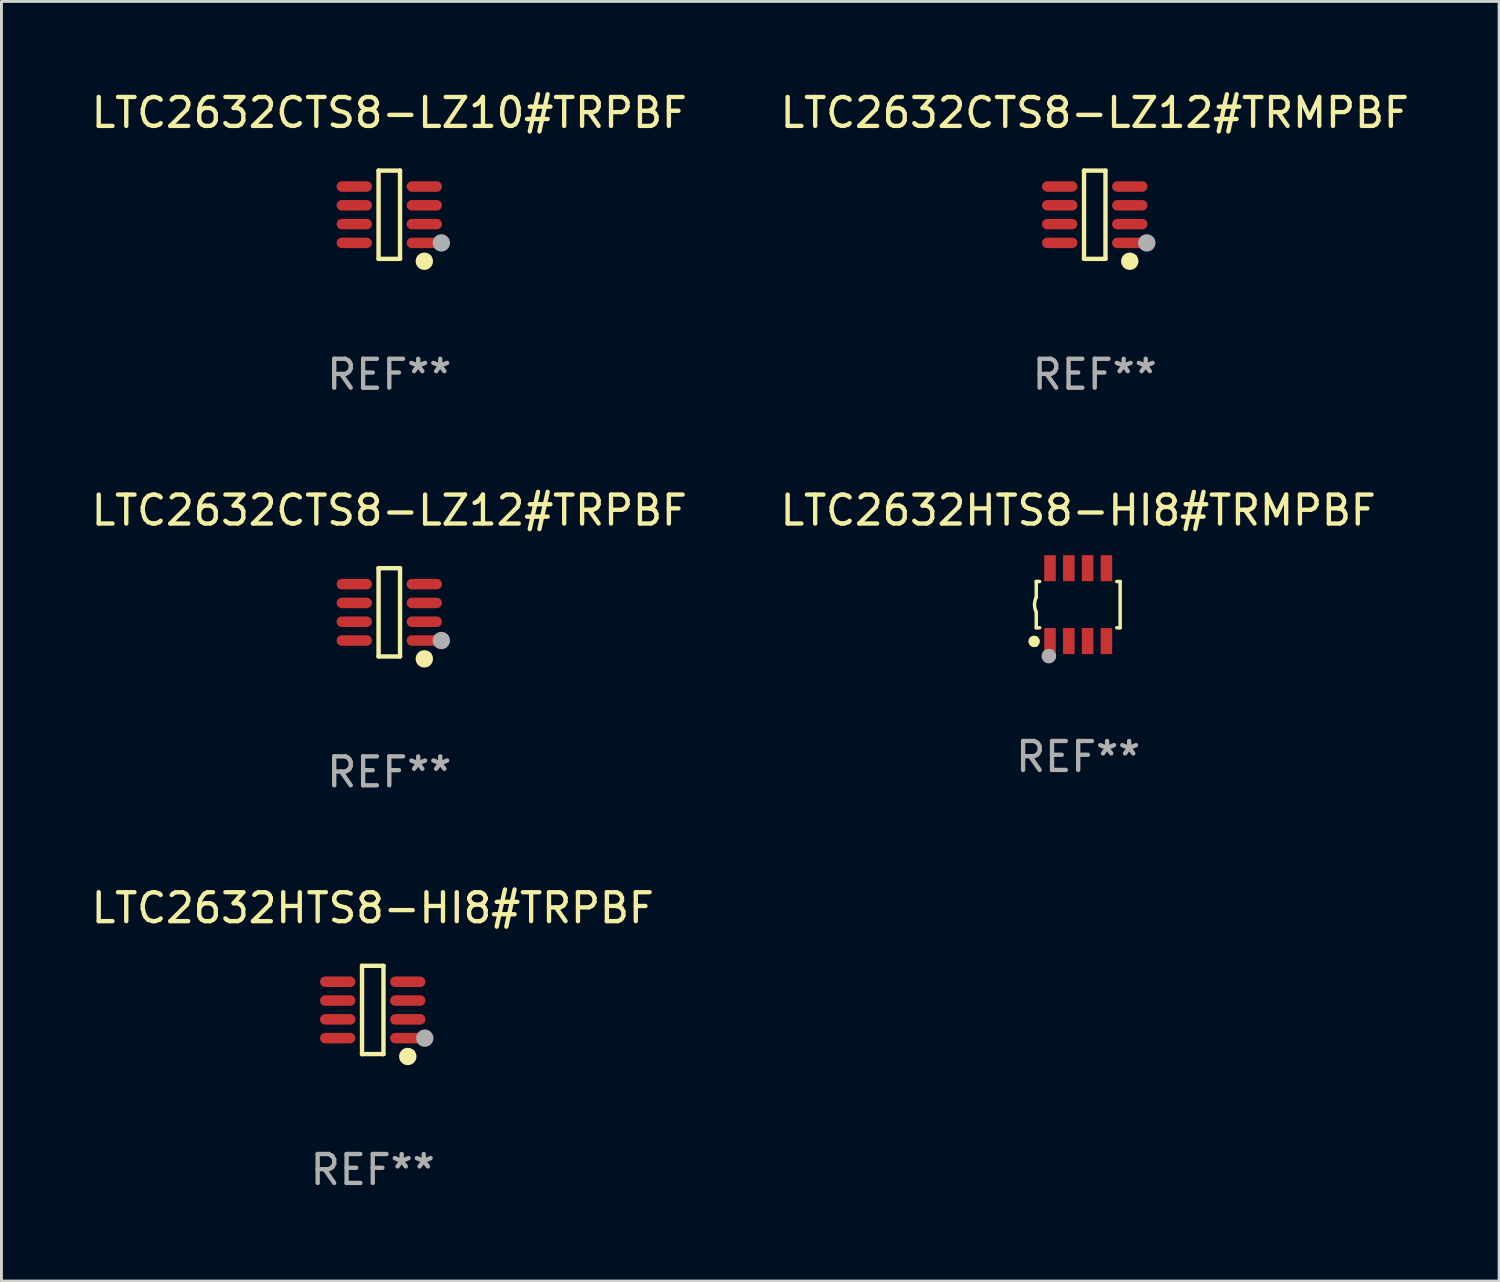
<source format=kicad_pcb>
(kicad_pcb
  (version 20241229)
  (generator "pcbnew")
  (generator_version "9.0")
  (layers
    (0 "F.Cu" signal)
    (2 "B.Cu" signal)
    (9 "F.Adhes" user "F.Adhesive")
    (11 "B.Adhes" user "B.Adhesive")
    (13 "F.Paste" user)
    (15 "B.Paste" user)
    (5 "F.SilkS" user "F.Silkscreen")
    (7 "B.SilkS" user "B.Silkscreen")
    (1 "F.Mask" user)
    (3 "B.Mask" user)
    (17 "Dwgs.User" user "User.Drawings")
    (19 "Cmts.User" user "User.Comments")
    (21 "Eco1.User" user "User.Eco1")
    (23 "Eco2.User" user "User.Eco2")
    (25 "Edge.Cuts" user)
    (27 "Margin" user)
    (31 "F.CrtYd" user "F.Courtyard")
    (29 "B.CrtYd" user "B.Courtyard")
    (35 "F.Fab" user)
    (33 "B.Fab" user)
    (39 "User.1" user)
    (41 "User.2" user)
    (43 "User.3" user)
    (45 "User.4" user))
  (footprint "LTC2632HTS8-HI8#TRPBF"
    (layer "F.Cu")
    (at 9.839 31.872)
    (property "Reference" "LTC2632HTS8-HI8#TRPBF" (at 0 -3.526 0) (layer "F.SilkS") (effects (font (size 1 1) (thickness 0.15))))
    (attr through_hole)
    (fp_line (start -0.371 -1.526) (end 0.371 -1.526) (stroke (width 0.152) (type solid)) (layer "F.SilkS"))
    (fp_line (start -0.371 1.526) (end -0.371 -1.526) (stroke (width 0.152) (type solid)) (layer "F.SilkS"))
    (fp_line (start 0.371 -1.526) (end 0.371 1.526) (stroke (width 0.152) (type solid)) (layer "F.SilkS"))
    (fp_line (start 0.371 1.526) (end -0.371 1.526) (stroke (width 0.152) (type solid)) (layer "F.SilkS"))
    (fp_circle (center 1.211 1.609) (end 1.361 1.609) (stroke (width 0.3) (type solid)) (fill no) (layer "F.SilkS"))
    (fp_circle (center 1.4 1.45) (end 1.43 1.45) (stroke (width 0.06) (type solid)) (fill no) (layer "F.SilkS"))
    (fp_circle (center 1.8 0.975) (end 1.95 0.975) (stroke (width 0.3) (type solid)) (fill no) (layer "F.Fab"))
    (fp_text user "REF**" (at 0 5.526 0) (layer "F.Fab") (effects (font (size 1 1) (thickness 0.15))))
    (pad "1" smd oval (at 1.211 0.975) (size 1.222 0.364) (layers "F.Cu" "F.Mask" "F.Paste"))
    (pad "2" smd oval (at 1.211 0.325) (size 1.222 0.364) (layers "F.Cu" "F.Mask" "F.Paste"))
    (pad "3" smd oval (at 1.211 -0.325) (size 1.222 0.364) (layers "F.Cu" "F.Mask" "F.Paste"))
    (pad "4" smd oval (at 1.211 -0.975) (size 1.222 0.364) (layers "F.Cu" "F.Mask" "F.Paste"))
    (pad "5" smd oval (at -1.211 -0.975) (size 1.222 0.364) (layers "F.Cu" "F.Mask" "F.Paste"))
    (pad "6" smd oval (at -1.211 -0.325) (size 1.222 0.364) (layers "F.Cu" "F.Mask" "F.Paste"))
    (pad "7" smd oval (at -1.211 0.325) (size 1.222 0.364) (layers "F.Cu" "F.Mask" "F.Paste"))
    (pad "8" smd oval (at -1.211 0.975) (size 1.222 0.364) (layers "F.Cu" "F.Mask" "F.Paste")))
  (footprint "LTC2632CTS8-LZ10#TRPBF"
    (layer "F.Cu")
    (at 10.411 4.374)
    (property "Reference" "LTC2632CTS8-LZ10#TRPBF" (at 0 -3.526 0) (layer "F.SilkS") (effects (font (size 1 1) (thickness 0.15))))
    (attr through_hole)
    (fp_line (start -0.371 -1.526) (end 0.371 -1.526) (stroke (width 0.152) (type solid)) (layer "F.SilkS"))
    (fp_line (start -0.371 1.526) (end -0.371 -1.526) (stroke (width 0.152) (type solid)) (layer "F.SilkS"))
    (fp_line (start 0.371 -1.526) (end 0.371 1.526) (stroke (width 0.152) (type solid)) (layer "F.SilkS"))
    (fp_line (start 0.371 1.526) (end -0.371 1.526) (stroke (width 0.152) (type solid)) (layer "F.SilkS"))
    (fp_circle (center 1.211 1.609) (end 1.361 1.609) (stroke (width 0.3) (type solid)) (fill no) (layer "F.SilkS"))
    (fp_circle (center 1.4 1.45) (end 1.43 1.45) (stroke (width 0.06) (type solid)) (fill no) (layer "F.SilkS"))
    (fp_circle (center 1.8 0.975) (end 1.95 0.975) (stroke (width 0.3) (type solid)) (fill no) (layer "F.Fab"))
    (fp_text user "REF**" (at 0 5.526 0) (layer "F.Fab") (effects (font (size 1 1) (thickness 0.15))))
    (pad "1" smd oval (at 1.211 0.975) (size 1.222 0.364) (layers "F.Cu" "F.Mask" "F.Paste"))
    (pad "2" smd oval (at 1.211 0.325) (size 1.222 0.364) (layers "F.Cu" "F.Mask" "F.Paste"))
    (pad "3" smd oval (at 1.211 -0.325) (size 1.222 0.364) (layers "F.Cu" "F.Mask" "F.Paste"))
    (pad "4" smd oval (at 1.211 -0.975) (size 1.222 0.364) (layers "F.Cu" "F.Mask" "F.Paste"))
    (pad "5" smd oval (at -1.211 -0.975) (size 1.222 0.364) (layers "F.Cu" "F.Mask" "F.Paste"))
    (pad "6" smd oval (at -1.211 -0.325) (size 1.222 0.364) (layers "F.Cu" "F.Mask" "F.Paste"))
    (pad "7" smd oval (at -1.211 0.325) (size 1.222 0.364) (layers "F.Cu" "F.Mask" "F.Paste"))
    (pad "8" smd oval (at -1.211 0.975) (size 1.222 0.364) (layers "F.Cu" "F.Mask" "F.Paste")))
  (footprint "LTC2632CTS8-LZ12#TRMPBF"
    (layer "F.Cu")
    (at 34.804 4.374)
    (property "Reference" "LTC2632CTS8-LZ12#TRMPBF" (at 0 -3.526 0) (layer "F.SilkS") (effects (font (size 1 1) (thickness 0.15))))
    (attr through_hole)
    (fp_line (start -0.371 -1.526) (end 0.371 -1.526) (stroke (width 0.152) (type solid)) (layer "F.SilkS"))
    (fp_line (start -0.371 1.526) (end -0.371 -1.526) (stroke (width 0.152) (type solid)) (layer "F.SilkS"))
    (fp_line (start 0.371 -1.526) (end 0.371 1.526) (stroke (width 0.152) (type solid)) (layer "F.SilkS"))
    (fp_line (start 0.371 1.526) (end -0.371 1.526) (stroke (width 0.152) (type solid)) (layer "F.SilkS"))
    (fp_circle (center 1.211 1.609) (end 1.361 1.609) (stroke (width 0.3) (type solid)) (fill no) (layer "F.SilkS"))
    (fp_circle (center 1.4 1.45) (end 1.43 1.45) (stroke (width 0.06) (type solid)) (fill no) (layer "F.SilkS"))
    (fp_circle (center 1.8 0.975) (end 1.95 0.975) (stroke (width 0.3) (type solid)) (fill no) (layer "F.Fab"))
    (fp_text user "REF**" (at 0 5.526 0) (layer "F.Fab") (effects (font (size 1 1) (thickness 0.15))))
    (pad "1" smd oval (at 1.211 0.975) (size 1.222 0.364) (layers "F.Cu" "F.Mask" "F.Paste"))
    (pad "2" smd oval (at 1.211 0.325) (size 1.222 0.364) (layers "F.Cu" "F.Mask" "F.Paste"))
    (pad "3" smd oval (at 1.211 -0.325) (size 1.222 0.364) (layers "F.Cu" "F.Mask" "F.Paste"))
    (pad "4" smd oval (at 1.211 -0.975) (size 1.222 0.364) (layers "F.Cu" "F.Mask" "F.Paste"))
    (pad "5" smd oval (at -1.211 -0.975) (size 1.222 0.364) (layers "F.Cu" "F.Mask" "F.Paste"))
    (pad "6" smd oval (at -1.211 -0.325) (size 1.222 0.364) (layers "F.Cu" "F.Mask" "F.Paste"))
    (pad "7" smd oval (at -1.211 0.325) (size 1.222 0.364) (layers "F.Cu" "F.Mask" "F.Paste"))
    (pad "8" smd oval (at -1.211 0.975) (size 1.222 0.364) (layers "F.Cu" "F.Mask" "F.Paste")))
  (footprint "LTC2632HTS8-HI8#TRMPBF"
    (layer "F.Cu")
    (at 34.232 17.857)
    (property "Reference" "LTC2632HTS8-HI8#TRMPBF" (at 0 -3.26 0) (layer "F.SilkS") (effects (font (size 1 1) (thickness 0.15))))
    (attr through_hole)
    (fp_line (start -1.45 -0.8) (end -1.45 -0.254) (stroke (width 0.12) (type solid)) (layer "F.SilkS"))
    (fp_line (start -1.45 -0.8) (end -1.334 -0.8) (stroke (width 0.12) (type solid)) (layer "F.SilkS"))
    (fp_line (start -1.45 0.8) (end -1.45 0.254) (stroke (width 0.12) (type solid)) (layer "F.SilkS"))
    (fp_line (start -1.45 0.8) (end -1.334 0.8) (stroke (width 0.12) (type solid)) (layer "F.SilkS"))
    (fp_line (start 1.334 -0.8) (end 1.45 -0.8) (stroke (width 0.12) (type solid)) (layer "F.SilkS"))
    (fp_line (start 1.334 0.8) (end 1.45 0.8) (stroke (width 0.12) (type solid)) (layer "F.SilkS"))
    (fp_line (start 1.45 0.8) (end 1.45 -0.8) (stroke (width 0.12) (type solid)) (layer "F.SilkS"))
    (fp_arc (start -1.45075 0.255144) (mid -1.510605 0.000434) (end -1.450013 -0.254102) (stroke (width 0.11999) (type solid)) (layer "F.SilkS"))
    (fp_circle (center -1.524 1.27) (end -1.424 1.27) (stroke (width 0.2) (type solid)) (fill no) (layer "F.SilkS"))
    (fp_circle (center -1.45 1.4) (end -1.42 1.4) (stroke (width 0.06) (type solid)) (fill no) (layer "F.SilkS"))
    (fp_circle (center -1.016 1.778) (end -0.889 1.778) (stroke (width 0.254) (type solid)) (fill no) (layer "F.Fab"))
    (fp_text user "REF**" (at 0 5.26 0) (layer "F.Fab") (effects (font (size 1 1) (thickness 0.15))))
    (pad "1" smd rect (at -0.975 1.26) (size 0.4 0.9) (layers "F.Cu" "F.Mask" "F.Paste"))
    (pad "2" smd rect (at -0.325 1.26) (size 0.4 0.9) (layers "F.Cu" "F.Mask" "F.Paste"))
    (pad "3" smd rect (at 0.325 1.26) (size 0.4 0.9) (layers "F.Cu" "F.Mask" "F.Paste"))
    (pad "4" smd rect (at 0.975 1.26) (size 0.4 0.9) (layers "F.Cu" "F.Mask" "F.Paste"))
    (pad "5" smd rect (at 0.975 -1.26) (size 0.4 0.9) (layers "F.Cu" "F.Mask" "F.Paste"))
    (pad "6" smd rect (at 0.325 -1.26) (size 0.4 0.9) (layers "F.Cu" "F.Mask" "F.Paste"))
    (pad "7" smd rect (at -0.325 -1.26) (size 0.4 0.9) (layers "F.Cu" "F.Mask" "F.Paste"))
    (pad "8" smd rect (at -0.975 -1.26) (size 0.4 0.9) (layers "F.Cu" "F.Mask" "F.Paste")))
  (footprint "LTC2632CTS8-LZ12#TRPBF"
    (layer "F.Cu")
    (at 10.411 18.123)
    (property "Reference" "LTC2632CTS8-LZ12#TRPBF" (at 0 -3.526 0) (layer "F.SilkS") (effects (font (size 1 1) (thickness 0.15))))
    (attr through_hole)
    (fp_line (start -0.371 -1.526) (end 0.371 -1.526) (stroke (width 0.152) (type solid)) (layer "F.SilkS"))
    (fp_line (start -0.371 1.526) (end -0.371 -1.526) (stroke (width 0.152) (type solid)) (layer "F.SilkS"))
    (fp_line (start 0.371 -1.526) (end 0.371 1.526) (stroke (width 0.152) (type solid)) (layer "F.SilkS"))
    (fp_line (start 0.371 1.526) (end -0.371 1.526) (stroke (width 0.152) (type solid)) (layer "F.SilkS"))
    (fp_circle (center 1.211 1.609) (end 1.361 1.609) (stroke (width 0.3) (type solid)) (fill no) (layer "F.SilkS"))
    (fp_circle (center 1.4 1.45) (end 1.43 1.45) (stroke (width 0.06) (type solid)) (fill no) (layer "F.SilkS"))
    (fp_circle (center 1.8 0.975) (end 1.95 0.975) (stroke (width 0.3) (type solid)) (fill no) (layer "F.Fab"))
    (fp_text user "REF**" (at 0 5.526 0) (layer "F.Fab") (effects (font (size 1 1) (thickness 0.15))))
    (pad "1" smd oval (at 1.211 0.975) (size 1.222 0.364) (layers "F.Cu" "F.Mask" "F.Paste"))
    (pad "2" smd oval (at 1.211 0.325) (size 1.222 0.364) (layers "F.Cu" "F.Mask" "F.Paste"))
    (pad "3" smd oval (at 1.211 -0.325) (size 1.222 0.364) (layers "F.Cu" "F.Mask" "F.Paste"))
    (pad "4" smd oval (at 1.211 -0.975) (size 1.222 0.364) (layers "F.Cu" "F.Mask" "F.Paste"))
    (pad "5" smd oval (at -1.211 -0.975) (size 1.222 0.364) (layers "F.Cu" "F.Mask" "F.Paste"))
    (pad "6" smd oval (at -1.211 -0.325) (size 1.222 0.364) (layers "F.Cu" "F.Mask" "F.Paste"))
    (pad "7" smd oval (at -1.211 0.325) (size 1.222 0.364) (layers "F.Cu" "F.Mask" "F.Paste"))
    (pad "8" smd oval (at -1.211 0.975) (size 1.222 0.364) (layers "F.Cu" "F.Mask" "F.Paste")))
  (gr_rect
    (start -3 -3)
    (end 48.786 41.247)
    (stroke (width 0.1) (type default))
    (fill no)
    (layer "Edge.Cuts")))
</source>
